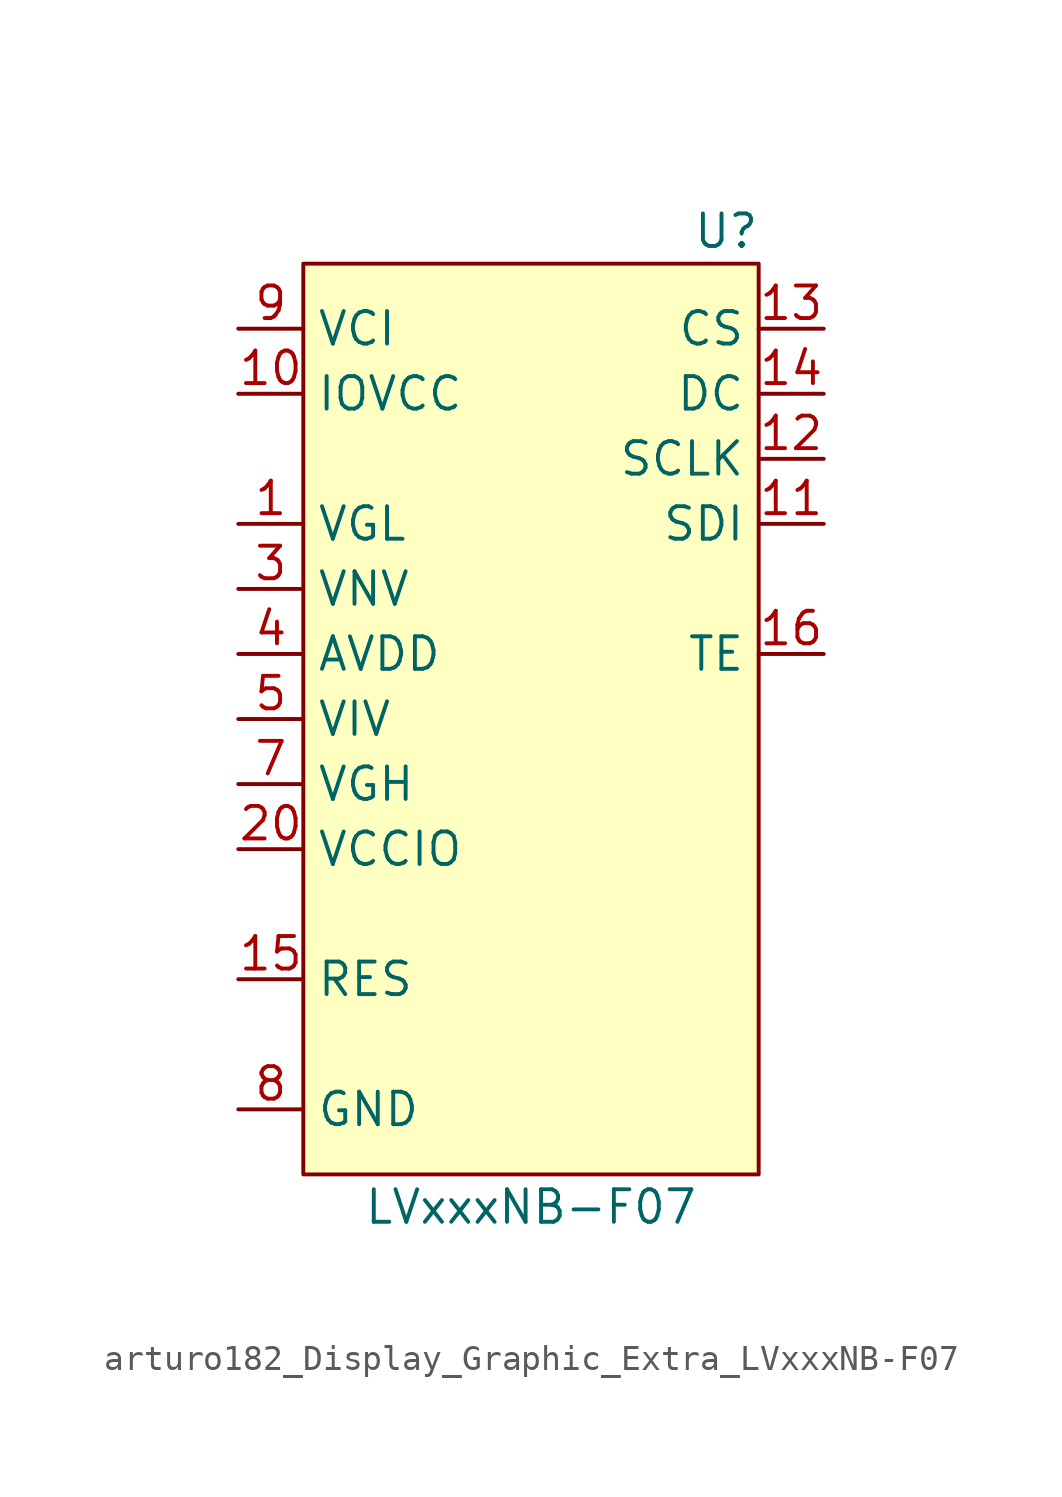
<source format=kicad_sym>
(kicad_symbol_lib
  (version 20220914)
  (generator kicad_symbol_editor)
  (symbol "arturo182_Display_Graphic_Extra_LVxxxNB-F07"
    (property "Reference" "U"
      (at 7.62 19.05 0)
      (effects (font (size 1.27 1.27))))
    (property "Value" "LVxxxNB-F07"
      (at 0 -19.05 0)
      (effects (font (size 1.27 1.27))))
    (symbol "arturo182_Display_Graphic_Extra_LVxxxNB-F07_0_0"
      (pin power_out line (at -11.43 7.62 0) (length 2.54) (name "VGL" (effects (font (size 1.27 1.27)))) (number "1" (effects (font (size 1.27 1.27)))))
      (pin power_in line (at -11.43 12.7 0) (length 2.54) (name "IOVCC" (effects (font (size 1.27 1.27)))) (number "10" (effects (font (size 1.27 1.27)))))
      (pin input line (at 11.43 7.62 180) (length 2.54) (name "SDI" (effects (font (size 1.27 1.27)))) (number "11" (effects (font (size 1.27 1.27)))))
      (pin input line (at 11.43 10.16 180) (length 2.54) (name "SCLK" (effects (font (size 1.27 1.27)))) (number "12" (effects (font (size 1.27 1.27)))))
      (pin input line (at 11.43 15.24 180) (length 2.54) (name "CS" (effects (font (size 1.27 1.27)))) (number "13" (effects (font (size 1.27 1.27)))))
      (pin input line (at 11.43 12.7 180) (length 2.54) (name "DC" (effects (font (size 1.27 1.27)))) (number "14" (effects (font (size 1.27 1.27)))))
      (pin input line (at -11.43 -10.16 0) (length 2.54) (name "RES" (effects (font (size 1.27 1.27)))) (number "15" (effects (font (size 1.27 1.27)))))
      (pin input line (at 11.43 2.54 180) (length 2.54) (name "TE" (effects (font (size 1.27 1.27)))) (number "16" (effects (font (size 1.27 1.27)))))
      (pin no_connect line (at 2.54 -8.89 0) (length 2.54) hide (name "NC" (effects (font (size 1.27 1.27)))) (number "17" (effects (font (size 1.27 1.27)))))
      (pin no_connect line (at 2.54 -11.43 0) (length 2.54) hide (name "NC" (effects (font (size 1.27 1.27)))) (number "18" (effects (font (size 1.27 1.27)))))
      (pin no_connect line (at 2.54 -13.97 0) (length 2.54) hide (name "NC" (effects (font (size 1.27 1.27)))) (number "19" (effects (font (size 1.27 1.27)))))
      (pin no_connect line (at 2.54 3.81 0) (length 2.54) hide (name "NC" (effects (font (size 1.27 1.27)))) (number "2" (effects (font (size 1.27 1.27)))))
      (pin power_out line (at -11.43 -5.08 0) (length 2.54) (name "VCCIO" (effects (font (size 1.27 1.27)))) (number "20" (effects (font (size 1.27 1.27)))))
      (pin no_connect line (at 2.54 1.27 0) (length 2.54) hide (name "NC" (effects (font (size 1.27 1.27)))) (number "21" (effects (font (size 1.27 1.27)))))
      (pin no_connect line (at 2.54 -1.27 0) (length 2.54) hide (name "NC" (effects (font (size 1.27 1.27)))) (number "22" (effects (font (size 1.27 1.27)))))
      (pin no_connect line (at 2.54 -3.81 0) (length 2.54) hide (name "NC" (effects (font (size 1.27 1.27)))) (number "23" (effects (font (size 1.27 1.27)))))
      (pin no_connect line (at 2.54 -6.35 0) (length 2.54) hide (name "NC" (effects (font (size 1.27 1.27)))) (number "24" (effects (font (size 1.27 1.27)))))
      (pin power_out line (at -11.43 5.08 0) (length 2.54) (name "VNV" (effects (font (size 1.27 1.27)))) (number "3" (effects (font (size 1.27 1.27)))))
      (pin power_out line (at -11.43 2.54 0) (length 2.54) (name "AVDD" (effects (font (size 1.27 1.27)))) (number "4" (effects (font (size 1.27 1.27)))))
      (pin power_in line (at -11.43 0 0) (length 2.54) (name "VIV" (effects (font (size 1.27 1.27)))) (number "5" (effects (font (size 1.27 1.27)))))
      (pin no_connect line (at 2.54 -16.51 0) (length 2.54) hide (name "NC" (effects (font (size 1.27 1.27)))) (number "6" (effects (font (size 1.27 1.27)))))
      (pin power_out line (at -11.43 -2.54 0) (length 2.54) (name "VGH" (effects (font (size 1.27 1.27)))) (number "7" (effects (font (size 1.27 1.27)))))
      (pin power_in line (at -11.43 -15.24 0) (length 2.54) (name "GND" (effects (font (size 1.27 1.27)))) (number "8" (effects (font (size 1.27 1.27)))))
      (pin power_in line (at -11.43 15.24 0) (length 2.54) (name "VCI" (effects (font (size 1.27 1.27)))) (number "9" (effects (font (size 1.27 1.27))))))
    (symbol "arturo182_Display_Graphic_Extra_LVxxxNB-F07_0_1"
      (rectangle (start -8.89 17.78) (end 8.89 -17.78) (stroke (width 0) (type default)) (fill (type background))))))
</source>
